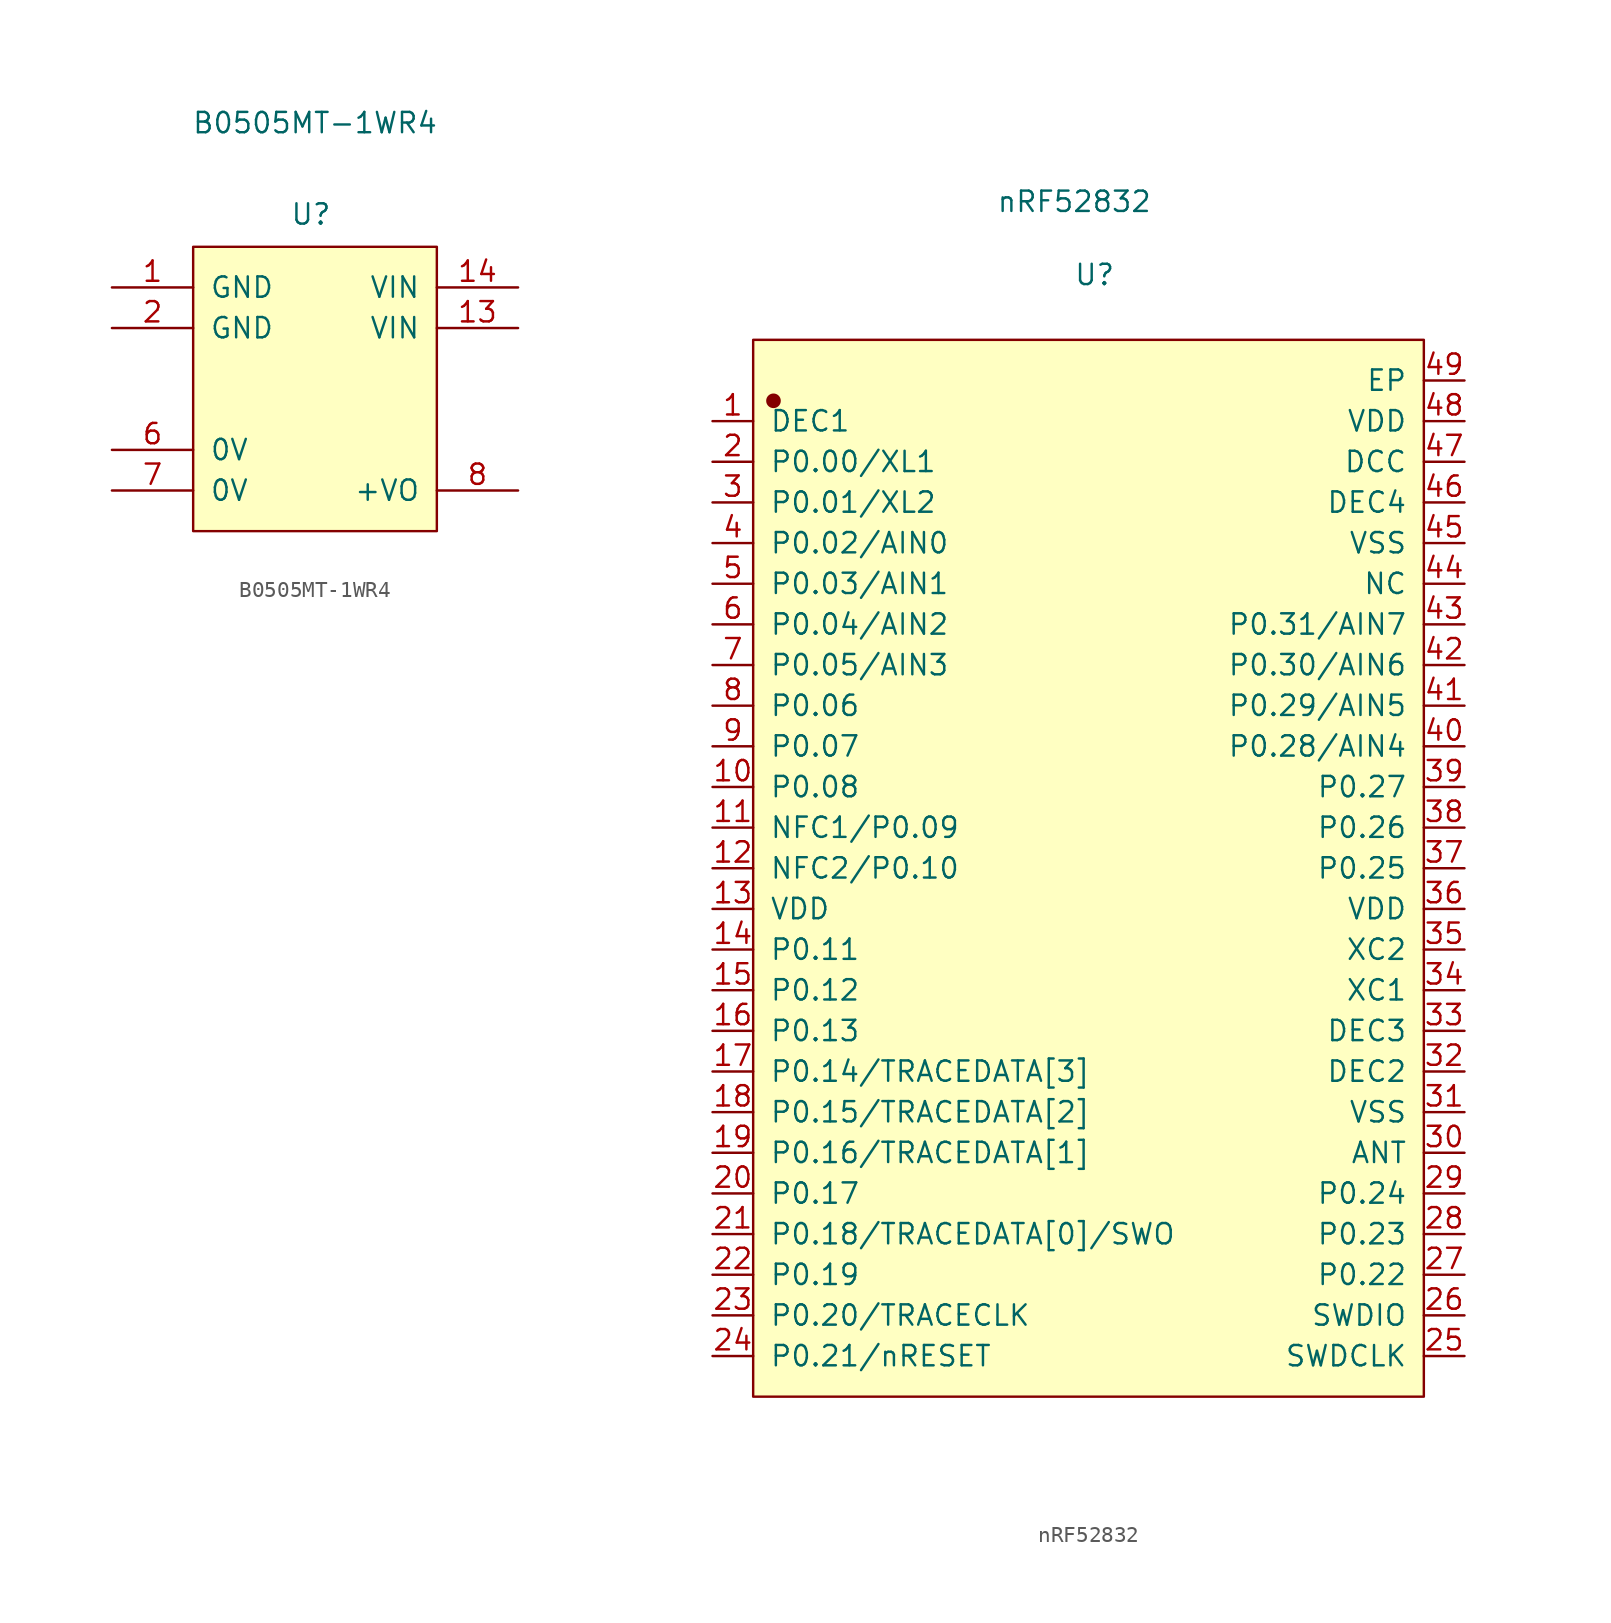
<source format=kicad_sym>
(kicad_symbol_lib
  (version 20231120)
  (generator "kicad_symbol_editor")
  (generator_version "8.0")
  (symbol "B0505MT-1WR4"
    (pin_names
      (offset 1.016))
    (property "Reference" "U"
      (at -0.254 12.192 0)
      (effects (font (size 1.27 1.27))))
    (property "Value" "B0505MT-1WR4"
      (at 0 17.907 0)
      (effects (font (size 1.27 1.27))))
    (symbol "B0505MT-1WR4_1_1"
      (rectangle (start -7.62 10.16) (end 7.62 -7.62) (stroke (width 0.152) (type solid)) (fill (type background)))
      (pin input line (at -12.7 7.62 0) (length 5.08) (name "GND" (effects (font (size 1.27 1.27)))) (number "1" (effects (font (size 1.27 1.27)))))
      (pin input line (at 12.7 5.08 180) (length 5.08) (name "VIN" (effects (font (size 1.27 1.27)))) (number "13" (effects (font (size 1.27 1.27)))))
      (pin input line (at 12.7 7.62 180) (length 5.08) (name "VIN" (effects (font (size 1.27 1.27)))) (number "14" (effects (font (size 1.27 1.27)))))
      (pin input line (at -12.7 5.08 0) (length 5.08) (name "GND" (effects (font (size 1.27 1.27)))) (number "2" (effects (font (size 1.27 1.27)))))
      (pin input line (at -12.7 -2.54 0) (length 5.08) (name "0V" (effects (font (size 1.27 1.27)))) (number "6" (effects (font (size 1.27 1.27)))))
      (pin input line (at -12.7 -5.08 0) (length 5.08) (name "0V" (effects (font (size 1.27 1.27)))) (number "7" (effects (font (size 1.27 1.27)))))
      (pin input line (at 12.7 -5.08 180) (length 5.08) (name "+VO" (effects (font (size 1.27 1.27)))) (number "8" (effects (font (size 1.27 1.27)))))))
  (symbol "nRF52832"
    (pin_names
      (offset 1.016))
    (property "Reference" "U"
      (at -9.144 37.084 0)
      (effects (font (size 1.27 1.27))))
    (property "Value" "nRF52832"
      (at -10.414 41.656 0)
      (effects (font (size 1.27 1.27))))
    (symbol "nRF52832_1_1"
      (rectangle (start -30.48 33.02) (end 11.43 -33.02) (stroke (width 0.152) (type solid)) (fill (type background)))
      (circle (center -29.21 29.21) (radius 0.381) (stroke (width 0.152) (type solid)) (fill (type outline)))
      (pin input line (at -33.02 27.94 0) (length 2.54) (name "DEC1" (effects (font (size 1.27 1.27)))) (number "1" (effects (font (size 1.27 1.27)))))
      (pin input line (at -33.02 5.08 0) (length 2.54) (name "P0.08" (effects (font (size 1.27 1.27)))) (number "10" (effects (font (size 1.27 1.27)))))
      (pin input line (at -33.02 2.54 0) (length 2.54) (name "NFC1/P0.09" (effects (font (size 1.27 1.27)))) (number "11" (effects (font (size 1.27 1.27)))))
      (pin input line (at -33.02 0 0) (length 2.54) (name "NFC2/P0.10" (effects (font (size 1.27 1.27)))) (number "12" (effects (font (size 1.27 1.27)))))
      (pin input line (at -33.02 -2.54 0) (length 2.54) (name "VDD" (effects (font (size 1.27 1.27)))) (number "13" (effects (font (size 1.27 1.27)))))
      (pin input line (at -33.02 -5.08 0) (length 2.54) (name "P0.11" (effects (font (size 1.27 1.27)))) (number "14" (effects (font (size 1.27 1.27)))))
      (pin input line (at -33.02 -7.62 0) (length 2.54) (name "P0.12" (effects (font (size 1.27 1.27)))) (number "15" (effects (font (size 1.27 1.27)))))
      (pin input line (at -33.02 -10.16 0) (length 2.54) (name "P0.13" (effects (font (size 1.27 1.27)))) (number "16" (effects (font (size 1.27 1.27)))))
      (pin input line (at -33.02 -12.7 0) (length 2.54) (name "P0.14/TRACEDATA[3]" (effects (font (size 1.27 1.27)))) (number "17" (effects (font (size 1.27 1.27)))))
      (pin input line (at -33.02 -15.24 0) (length 2.54) (name "P0.15/TRACEDATA[2]" (effects (font (size 1.27 1.27)))) (number "18" (effects (font (size 1.27 1.27)))))
      (pin input line (at -33.02 -17.78 0) (length 2.54) (name "P0.16/TRACEDATA[1]" (effects (font (size 1.27 1.27)))) (number "19" (effects (font (size 1.27 1.27)))))
      (pin input line (at -33.02 25.4 0) (length 2.54) (name "P0.00/XL1" (effects (font (size 1.27 1.27)))) (number "2" (effects (font (size 1.27 1.27)))))
      (pin input line (at -33.02 -20.32 0) (length 2.54) (name "P0.17" (effects (font (size 1.27 1.27)))) (number "20" (effects (font (size 1.27 1.27)))))
      (pin input line (at -33.02 -22.86 0) (length 2.54) (name "P0.18/TRACEDATA[0]/SWO" (effects (font (size 1.27 1.27)))) (number "21" (effects (font (size 1.27 1.27)))))
      (pin input line (at -33.02 -25.4 0) (length 2.54) (name "P0.19" (effects (font (size 1.27 1.27)))) (number "22" (effects (font (size 1.27 1.27)))))
      (pin input line (at -33.02 -27.94 0) (length 2.54) (name "P0.20/TRACECLK" (effects (font (size 1.27 1.27)))) (number "23" (effects (font (size 1.27 1.27)))))
      (pin input line (at -33.02 -30.48 0) (length 2.54) (name "P0.21/nRESET" (effects (font (size 1.27 1.27)))) (number "24" (effects (font (size 1.27 1.27)))))
      (pin input line (at 13.97 -30.48 180) (length 2.54) (name "SWDCLK" (effects (font (size 1.27 1.27)))) (number "25" (effects (font (size 1.27 1.27)))))
      (pin input line (at 13.97 -27.94 180) (length 2.54) (name "SWDIO" (effects (font (size 1.27 1.27)))) (number "26" (effects (font (size 1.27 1.27)))))
      (pin input line (at 13.97 -25.4 180) (length 2.54) (name "P0.22" (effects (font (size 1.27 1.27)))) (number "27" (effects (font (size 1.27 1.27)))))
      (pin input line (at 13.97 -22.86 180) (length 2.54) (name "P0.23" (effects (font (size 1.27 1.27)))) (number "28" (effects (font (size 1.27 1.27)))))
      (pin input line (at 13.97 -20.32 180) (length 2.54) (name "P0.24" (effects (font (size 1.27 1.27)))) (number "29" (effects (font (size 1.27 1.27)))))
      (pin input line (at -33.02 22.86 0) (length 2.54) (name "P0.01/XL2" (effects (font (size 1.27 1.27)))) (number "3" (effects (font (size 1.27 1.27)))))
      (pin input line (at 13.97 -17.78 180) (length 2.54) (name "ANT" (effects (font (size 1.27 1.27)))) (number "30" (effects (font (size 1.27 1.27)))))
      (pin input line (at 13.97 -15.24 180) (length 2.54) (name "VSS" (effects (font (size 1.27 1.27)))) (number "31" (effects (font (size 1.27 1.27)))))
      (pin input line (at 13.97 -12.7 180) (length 2.54) (name "DEC2" (effects (font (size 1.27 1.27)))) (number "32" (effects (font (size 1.27 1.27)))))
      (pin input line (at 13.97 -10.16 180) (length 2.54) (name "DEC3" (effects (font (size 1.27 1.27)))) (number "33" (effects (font (size 1.27 1.27)))))
      (pin input line (at 13.97 -7.62 180) (length 2.54) (name "XC1" (effects (font (size 1.27 1.27)))) (number "34" (effects (font (size 1.27 1.27)))))
      (pin input line (at 13.97 -5.08 180) (length 2.54) (name "XC2" (effects (font (size 1.27 1.27)))) (number "35" (effects (font (size 1.27 1.27)))))
      (pin input line (at 13.97 -2.54 180) (length 2.54) (name "VDD" (effects (font (size 1.27 1.27)))) (number "36" (effects (font (size 1.27 1.27)))))
      (pin input line (at 13.97 0 180) (length 2.54) (name "P0.25" (effects (font (size 1.27 1.27)))) (number "37" (effects (font (size 1.27 1.27)))))
      (pin input line (at 13.97 2.54 180) (length 2.54) (name "P0.26" (effects (font (size 1.27 1.27)))) (number "38" (effects (font (size 1.27 1.27)))))
      (pin input line (at 13.97 5.08 180) (length 2.54) (name "P0.27" (effects (font (size 1.27 1.27)))) (number "39" (effects (font (size 1.27 1.27)))))
      (pin input line (at -33.02 20.32 0) (length 2.54) (name "P0.02/AIN0" (effects (font (size 1.27 1.27)))) (number "4" (effects (font (size 1.27 1.27)))))
      (pin input line (at 13.97 7.62 180) (length 2.54) (name "P0.28/AIN4" (effects (font (size 1.27 1.27)))) (number "40" (effects (font (size 1.27 1.27)))))
      (pin input line (at 13.97 10.16 180) (length 2.54) (name "P0.29/AIN5" (effects (font (size 1.27 1.27)))) (number "41" (effects (font (size 1.27 1.27)))))
      (pin input line (at 13.97 12.7 180) (length 2.54) (name "P0.30/AIN6" (effects (font (size 1.27 1.27)))) (number "42" (effects (font (size 1.27 1.27)))))
      (pin input line (at 13.97 15.24 180) (length 2.54) (name "P0.31/AIN7" (effects (font (size 1.27 1.27)))) (number "43" (effects (font (size 1.27 1.27)))))
      (pin input line (at 13.97 17.78 180) (length 2.54) (name "NC" (effects (font (size 1.27 1.27)))) (number "44" (effects (font (size 1.27 1.27)))))
      (pin input line (at 13.97 20.32 180) (length 2.54) (name "VSS" (effects (font (size 1.27 1.27)))) (number "45" (effects (font (size 1.27 1.27)))))
      (pin input line (at 13.97 22.86 180) (length 2.54) (name "DEC4" (effects (font (size 1.27 1.27)))) (number "46" (effects (font (size 1.27 1.27)))))
      (pin input line (at 13.97 25.4 180) (length 2.54) (name "DCC" (effects (font (size 1.27 1.27)))) (number "47" (effects (font (size 1.27 1.27)))))
      (pin input line (at 13.97 27.94 180) (length 2.54) (name "VDD" (effects (font (size 1.27 1.27)))) (number "48" (effects (font (size 1.27 1.27)))))
      (pin input line (at 13.97 30.48 180) (length 2.54) (name "EP" (effects (font (size 1.27 1.27)))) (number "49" (effects (font (size 1.27 1.27)))))
      (pin input line (at -33.02 17.78 0) (length 2.54) (name "P0.03/AIN1" (effects (font (size 1.27 1.27)))) (number "5" (effects (font (size 1.27 1.27)))))
      (pin input line (at -33.02 15.24 0) (length 2.54) (name "P0.04/AIN2" (effects (font (size 1.27 1.27)))) (number "6" (effects (font (size 1.27 1.27)))))
      (pin input line (at -33.02 12.7 0) (length 2.54) (name "P0.05/AIN3" (effects (font (size 1.27 1.27)))) (number "7" (effects (font (size 1.27 1.27)))))
      (pin input line (at -33.02 10.16 0) (length 2.54) (name "P0.06" (effects (font (size 1.27 1.27)))) (number "8" (effects (font (size 1.27 1.27)))))
      (pin input line (at -33.02 7.62 0) (length 2.54) (name "P0.07" (effects (font (size 1.27 1.27)))) (number "9" (effects (font (size 1.27 1.27))))))))
</source>
